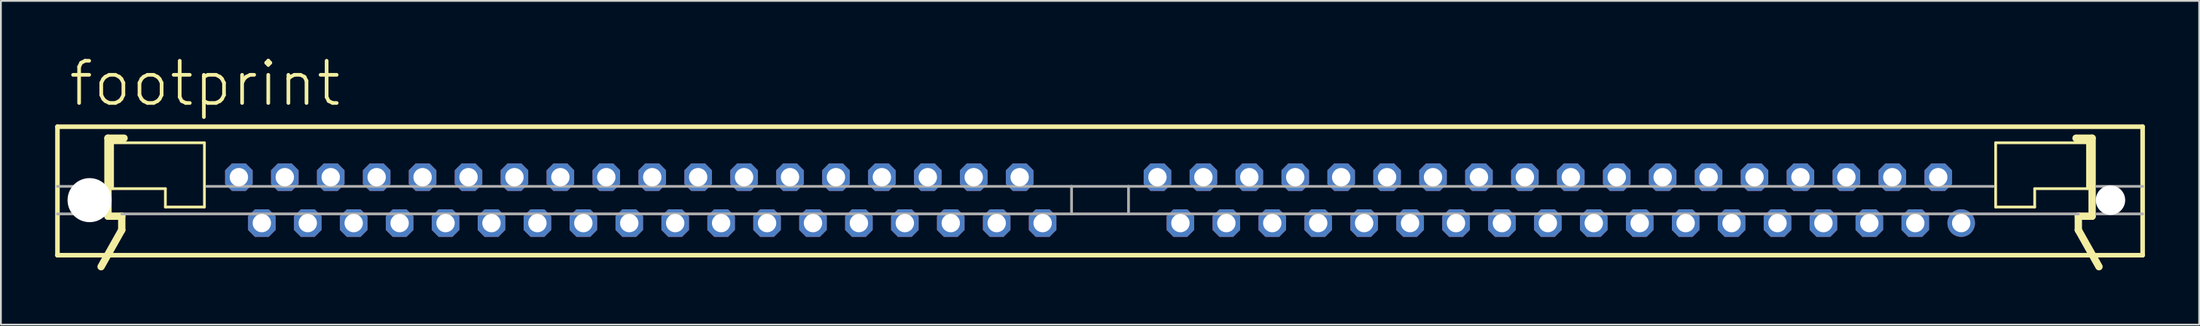
<source format=kicad_pcb>
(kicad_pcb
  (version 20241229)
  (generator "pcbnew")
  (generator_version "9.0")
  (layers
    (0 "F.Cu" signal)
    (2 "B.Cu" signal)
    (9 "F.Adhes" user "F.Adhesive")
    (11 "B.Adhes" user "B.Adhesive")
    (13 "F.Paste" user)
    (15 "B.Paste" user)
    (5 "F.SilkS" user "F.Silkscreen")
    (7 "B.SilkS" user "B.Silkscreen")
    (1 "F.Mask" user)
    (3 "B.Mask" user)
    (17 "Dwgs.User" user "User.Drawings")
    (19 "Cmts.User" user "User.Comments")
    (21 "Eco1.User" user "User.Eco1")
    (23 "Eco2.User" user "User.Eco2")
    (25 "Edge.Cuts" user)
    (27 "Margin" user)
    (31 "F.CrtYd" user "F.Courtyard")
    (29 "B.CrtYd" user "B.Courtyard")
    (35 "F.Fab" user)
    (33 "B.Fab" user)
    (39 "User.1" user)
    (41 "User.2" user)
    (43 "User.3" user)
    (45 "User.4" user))
  (footprint "footprint"
    (layer "F.Cu")
    (at 57.785 8.026)
    (property "Reference" "footprint" (at -57.15 -5.08 0) (layer "F.SilkS") (effects (font (size 2.337 2.337) (thickness 0.203)) (justify left bottom)))
    (fp_line (start -57.658 -4.064) (end 57.658 -4.064) (stroke (width 0.254) (type solid)) (layer "F.SilkS"))
    (fp_line (start -57.658 3.048) (end -57.658 -4.064) (stroke (width 0.254) (type solid)) (layer "F.SilkS"))
    (fp_line (start -54.864 -3.429) (end -54.864 0.889) (stroke (width 0.406) (type solid)) (layer "F.SilkS"))
    (fp_line (start -54.864 0.889) (end -54.102 0.889) (stroke (width 0.406) (type solid)) (layer "F.SilkS"))
    (fp_line (start -54.61 -3.175) (end -54.61 -0.635) (stroke (width 0.152) (type solid)) (layer "F.SilkS"))
    (fp_line (start -54.102 0.889) (end -54.102 1.651) (stroke (width 0.406) (type solid)) (layer "F.SilkS"))
    (fp_line (start -54.102 1.651) (end -55.245 3.683) (stroke (width 0.406) (type solid)) (layer "F.SilkS"))
    (fp_line (start -53.975 -3.429) (end -54.864 -3.429) (stroke (width 0.406) (type solid)) (layer "F.SilkS"))
    (fp_line (start -51.689 -0.635) (end -54.61 -0.635) (stroke (width 0.152) (type solid)) (layer "F.SilkS"))
    (fp_line (start -51.689 0.381) (end -51.689 -0.635) (stroke (width 0.152) (type solid)) (layer "F.SilkS"))
    (fp_line (start -51.689 0.381) (end -49.53 0.381) (stroke (width 0.152) (type solid)) (layer "F.SilkS"))
    (fp_line (start -49.53 -3.175) (end -54.61 -3.175) (stroke (width 0.152) (type solid)) (layer "F.SilkS"))
    (fp_line (start -49.53 0.381) (end -49.53 -3.175) (stroke (width 0.152) (type solid)) (layer "F.SilkS"))
    (fp_line (start 49.53 -3.175) (end 54.61 -3.175) (stroke (width 0.152) (type solid)) (layer "F.SilkS"))
    (fp_line (start 49.53 0.381) (end 49.53 -3.175) (stroke (width 0.152) (type solid)) (layer "F.SilkS"))
    (fp_line (start 51.689 -0.635) (end 54.61 -0.635) (stroke (width 0.152) (type solid)) (layer "F.SilkS"))
    (fp_line (start 51.689 0.381) (end 49.53 0.381) (stroke (width 0.152) (type solid)) (layer "F.SilkS"))
    (fp_line (start 51.689 0.381) (end 51.689 -0.635) (stroke (width 0.152) (type solid)) (layer "F.SilkS"))
    (fp_line (start 53.975 -3.429) (end 54.864 -3.429) (stroke (width 0.406) (type solid)) (layer "F.SilkS"))
    (fp_line (start 54.102 0.889) (end 54.102 1.651) (stroke (width 0.406) (type solid)) (layer "F.SilkS"))
    (fp_line (start 54.102 1.651) (end 55.245 3.683) (stroke (width 0.406) (type solid)) (layer "F.SilkS"))
    (fp_line (start 54.61 -3.175) (end 54.61 -0.635) (stroke (width 0.152) (type solid)) (layer "F.SilkS"))
    (fp_line (start 54.864 -3.429) (end 54.864 0.889) (stroke (width 0.406) (type solid)) (layer "F.SilkS"))
    (fp_line (start 54.864 0.889) (end 54.102 0.889) (stroke (width 0.406) (type solid)) (layer "F.SilkS"))
    (fp_line (start 57.658 -4.064) (end 57.658 3.048) (stroke (width 0.254) (type solid)) (layer "F.SilkS"))
    (fp_line (start 57.658 3.048) (end -57.658 3.048) (stroke (width 0.254) (type solid)) (layer "F.SilkS"))
    (fp_line (start -57.658 -0.762) (end -55.118 -0.762) (stroke (width 0.152) (type solid)) (layer "F.Fab"))
    (fp_line (start -57.658 0.762) (end -55.118 0.762) (stroke (width 0.152) (type solid)) (layer "F.Fab"))
    (fp_line (start -54.102 0.762) (end -1.575 0.762) (stroke (width 0.152) (type solid)) (layer "F.Fab"))
    (fp_line (start -49.403 -0.762) (end -1.575 -0.762) (stroke (width 0.152) (type solid)) (layer "F.Fab"))
    (fp_line (start -1.575 -0.762) (end 1.575 -0.762) (stroke (width 0.152) (type solid)) (layer "F.Fab"))
    (fp_line (start -1.575 0.762) (end -1.575 -0.762) (stroke (width 0.152) (type solid)) (layer "F.Fab"))
    (fp_line (start -1.575 0.762) (end 1.575 0.762) (stroke (width 0.152) (type solid)) (layer "F.Fab"))
    (fp_line (start 1.575 0.762) (end 1.575 -0.762) (stroke (width 0.152) (type solid)) (layer "F.Fab"))
    (fp_line (start 49.403 -0.762) (end 1.575 -0.762) (stroke (width 0.152) (type solid)) (layer "F.Fab"))
    (fp_line (start 54.102 0.762) (end 1.575 0.762) (stroke (width 0.152) (type solid)) (layer "F.Fab"))
    (fp_line (start 57.658 -0.762) (end 55.118 -0.762) (stroke (width 0.152) (type solid)) (layer "F.Fab"))
    (fp_line (start 57.658 0.762) (end 55.118 0.762) (stroke (width 0.152) (type solid)) (layer "F.Fab"))
    (pad "" np_thru_hole circle (at -55.88 0) (size 2.438 2.438) (drill 2.438) (layers "*.Cu" "*.Mask"))
    (pad "" np_thru_hole circle (at 55.88 0) (size 1.626 1.626) (drill 1.626) (layers "*.Cu" "*.Mask"))
    (pad "1" thru_hole circle (at 47.625 1.27) (size 1.524 1.524) (drill 1.016) (layers "*.Cu" "*.Mask"))
    (pad "2" thru_hole roundrect (at 46.355 -1.27) (size 1.524 1.524) (drill 1.016) (layers "*.Cu" "*.Mask") (roundrect_rratio 0.25) (chamfer_ratio 0.25) (chamfer top_left top_right bottom_left bottom_right))
    (pad "3" thru_hole roundrect (at 45.085 1.27) (size 1.524 1.524) (drill 1.016) (layers "*.Cu" "*.Mask") (roundrect_rratio 0.25) (chamfer_ratio 0.25) (chamfer top_left top_right bottom_left bottom_right))
    (pad "4" thru_hole roundrect (at 43.815 -1.27) (size 1.524 1.524) (drill 1.016) (layers "*.Cu" "*.Mask") (roundrect_rratio 0.25) (chamfer_ratio 0.25) (chamfer top_left top_right bottom_left bottom_right))
    (pad "5" thru_hole roundrect (at 42.545 1.27) (size 1.524 1.524) (drill 1.016) (layers "*.Cu" "*.Mask") (roundrect_rratio 0.25) (chamfer_ratio 0.25) (chamfer top_left top_right bottom_left bottom_right))
    (pad "6" thru_hole roundrect (at 41.275 -1.27) (size 1.524 1.524) (drill 1.016) (layers "*.Cu" "*.Mask") (roundrect_rratio 0.25) (chamfer_ratio 0.25) (chamfer top_left top_right bottom_left bottom_right))
    (pad "7" thru_hole roundrect (at 40.005 1.27) (size 1.524 1.524) (drill 1.016) (layers "*.Cu" "*.Mask") (roundrect_rratio 0.25) (chamfer_ratio 0.25) (chamfer top_left top_right bottom_left bottom_right))
    (pad "8" thru_hole roundrect (at 38.735 -1.27) (size 1.524 1.524) (drill 1.016) (layers "*.Cu" "*.Mask") (roundrect_rratio 0.25) (chamfer_ratio 0.25) (chamfer top_left top_right bottom_left bottom_right))
    (pad "9" thru_hole roundrect (at 37.465 1.27) (size 1.524 1.524) (drill 1.016) (layers "*.Cu" "*.Mask") (roundrect_rratio 0.25) (chamfer_ratio 0.25) (chamfer top_left top_right bottom_left bottom_right))
    (pad "10" thru_hole roundrect (at 36.195 -1.27) (size 1.524 1.524) (drill 1.016) (layers "*.Cu" "*.Mask") (roundrect_rratio 0.25) (chamfer_ratio 0.25) (chamfer top_left top_right bottom_left bottom_right))
    (pad "11" thru_hole roundrect (at 34.925 1.27) (size 1.524 1.524) (drill 1.016) (layers "*.Cu" "*.Mask") (roundrect_rratio 0.25) (chamfer_ratio 0.25) (chamfer top_left top_right bottom_left bottom_right))
    (pad "12" thru_hole roundrect (at 33.655 -1.27) (size 1.524 1.524) (drill 1.016) (layers "*.Cu" "*.Mask") (roundrect_rratio 0.25) (chamfer_ratio 0.25) (chamfer top_left top_right bottom_left bottom_right))
    (pad "13" thru_hole roundrect (at 32.385 1.27) (size 1.524 1.524) (drill 1.016) (layers "*.Cu" "*.Mask") (roundrect_rratio 0.25) (chamfer_ratio 0.25) (chamfer top_left top_right bottom_left bottom_right))
    (pad "14" thru_hole roundrect (at 31.115 -1.27) (size 1.524 1.524) (drill 1.016) (layers "*.Cu" "*.Mask") (roundrect_rratio 0.25) (chamfer_ratio 0.25) (chamfer top_left top_right bottom_left bottom_right))
    (pad "15" thru_hole roundrect (at 29.845 1.27) (size 1.524 1.524) (drill 1.016) (layers "*.Cu" "*.Mask") (roundrect_rratio 0.25) (chamfer_ratio 0.25) (chamfer top_left top_right bottom_left bottom_right))
    (pad "16" thru_hole roundrect (at 28.575 -1.27) (size 1.524 1.524) (drill 1.016) (layers "*.Cu" "*.Mask") (roundrect_rratio 0.25) (chamfer_ratio 0.25) (chamfer top_left top_right bottom_left bottom_right))
    (pad "17" thru_hole roundrect (at 27.305 1.27) (size 1.524 1.524) (drill 1.016) (layers "*.Cu" "*.Mask") (roundrect_rratio 0.25) (chamfer_ratio 0.25) (chamfer top_left top_right bottom_left bottom_right))
    (pad "18" thru_hole roundrect (at 26.035 -1.27) (size 1.524 1.524) (drill 1.016) (layers "*.Cu" "*.Mask") (roundrect_rratio 0.25) (chamfer_ratio 0.25) (chamfer top_left top_right bottom_left bottom_right))
    (pad "19" thru_hole roundrect (at 24.765 1.27) (size 1.524 1.524) (drill 1.016) (layers "*.Cu" "*.Mask") (roundrect_rratio 0.25) (chamfer_ratio 0.25) (chamfer top_left top_right bottom_left bottom_right))
    (pad "20" thru_hole roundrect (at 23.495 -1.27) (size 1.524 1.524) (drill 1.016) (layers "*.Cu" "*.Mask") (roundrect_rratio 0.25) (chamfer_ratio 0.25) (chamfer top_left top_right bottom_left bottom_right))
    (pad "21" thru_hole roundrect (at 22.225 1.27) (size 1.524 1.524) (drill 1.016) (layers "*.Cu" "*.Mask") (roundrect_rratio 0.25) (chamfer_ratio 0.25) (chamfer top_left top_right bottom_left bottom_right))
    (pad "22" thru_hole roundrect (at 20.955 -1.27) (size 1.524 1.524) (drill 1.016) (layers "*.Cu" "*.Mask") (roundrect_rratio 0.25) (chamfer_ratio 0.25) (chamfer top_left top_right bottom_left bottom_right))
    (pad "23" thru_hole roundrect (at 19.685 1.27) (size 1.524 1.524) (drill 1.016) (layers "*.Cu" "*.Mask") (roundrect_rratio 0.25) (chamfer_ratio 0.25) (chamfer top_left top_right bottom_left bottom_right))
    (pad "24" thru_hole roundrect (at 18.415 -1.27) (size 1.524 1.524) (drill 1.016) (layers "*.Cu" "*.Mask") (roundrect_rratio 0.25) (chamfer_ratio 0.25) (chamfer top_left top_right bottom_left bottom_right))
    (pad "25" thru_hole roundrect (at 17.145 1.27) (size 1.524 1.524) (drill 1.016) (layers "*.Cu" "*.Mask") (roundrect_rratio 0.25) (chamfer_ratio 0.25) (chamfer top_left top_right bottom_left bottom_right))
    (pad "26" thru_hole roundrect (at 15.875 -1.27) (size 1.524 1.524) (drill 1.016) (layers "*.Cu" "*.Mask") (roundrect_rratio 0.25) (chamfer_ratio 0.25) (chamfer top_left top_right bottom_left bottom_right))
    (pad "27" thru_hole roundrect (at 14.605 1.27) (size 1.524 1.524) (drill 1.016) (layers "*.Cu" "*.Mask") (roundrect_rratio 0.25) (chamfer_ratio 0.25) (chamfer top_left top_right bottom_left bottom_right))
    (pad "28" thru_hole roundrect (at 13.335 -1.27) (size 1.524 1.524) (drill 1.016) (layers "*.Cu" "*.Mask") (roundrect_rratio 0.25) (chamfer_ratio 0.25) (chamfer top_left top_right bottom_left bottom_right))
    (pad "29" thru_hole roundrect (at 12.065 1.27) (size 1.524 1.524) (drill 1.016) (layers "*.Cu" "*.Mask") (roundrect_rratio 0.25) (chamfer_ratio 0.25) (chamfer top_left top_right bottom_left bottom_right))
    (pad "30" thru_hole roundrect (at 10.795 -1.27) (size 1.524 1.524) (drill 1.016) (layers "*.Cu" "*.Mask") (roundrect_rratio 0.25) (chamfer_ratio 0.25) (chamfer top_left top_right bottom_left bottom_right))
    (pad "31" thru_hole roundrect (at 9.525 1.27) (size 1.524 1.524) (drill 1.016) (layers "*.Cu" "*.Mask") (roundrect_rratio 0.25) (chamfer_ratio 0.25) (chamfer top_left top_right bottom_left bottom_right))
    (pad "32" thru_hole roundrect (at 8.255 -1.27) (size 1.524 1.524) (drill 1.016) (layers "*.Cu" "*.Mask") (roundrect_rratio 0.25) (chamfer_ratio 0.25) (chamfer top_left top_right bottom_left bottom_right))
    (pad "33" thru_hole roundrect (at 6.985 1.27) (size 1.524 1.524) (drill 1.016) (layers "*.Cu" "*.Mask") (roundrect_rratio 0.25) (chamfer_ratio 0.25) (chamfer top_left top_right bottom_left bottom_right))
    (pad "34" thru_hole roundrect (at 5.715 -1.27) (size 1.524 1.524) (drill 1.016) (layers "*.Cu" "*.Mask") (roundrect_rratio 0.25) (chamfer_ratio 0.25) (chamfer top_left top_right bottom_left bottom_right))
    (pad "35" thru_hole roundrect (at 4.445 1.27) (size 1.524 1.524) (drill 1.016) (layers "*.Cu" "*.Mask") (roundrect_rratio 0.25) (chamfer_ratio 0.25) (chamfer top_left top_right bottom_left bottom_right))
    (pad "36" thru_hole roundrect (at 3.175 -1.27) (size 1.524 1.524) (drill 1.016) (layers "*.Cu" "*.Mask") (roundrect_rratio 0.25) (chamfer_ratio 0.25) (chamfer top_left top_right bottom_left bottom_right))
    (pad "37" thru_hole roundrect (at -3.175 1.27) (size 1.524 1.524) (drill 1.016) (layers "*.Cu" "*.Mask") (roundrect_rratio 0.25) (chamfer_ratio 0.25) (chamfer top_left top_right bottom_left bottom_right))
    (pad "38" thru_hole roundrect (at -4.445 -1.27) (size 1.524 1.524) (drill 1.016) (layers "*.Cu" "*.Mask") (roundrect_rratio 0.25) (chamfer_ratio 0.25) (chamfer top_left top_right bottom_left bottom_right))
    (pad "39" thru_hole roundrect (at -5.715 1.27) (size 1.524 1.524) (drill 1.016) (layers "*.Cu" "*.Mask") (roundrect_rratio 0.25) (chamfer_ratio 0.25) (chamfer top_left top_right bottom_left bottom_right))
    (pad "40" thru_hole roundrect (at -6.985 -1.27) (size 1.524 1.524) (drill 1.016) (layers "*.Cu" "*.Mask") (roundrect_rratio 0.25) (chamfer_ratio 0.25) (chamfer top_left top_right bottom_left bottom_right))
    (pad "41" thru_hole roundrect (at -8.255 1.27) (size 1.524 1.524) (drill 1.016) (layers "*.Cu" "*.Mask") (roundrect_rratio 0.25) (chamfer_ratio 0.25) (chamfer top_left top_right bottom_left bottom_right))
    (pad "42" thru_hole roundrect (at -9.525 -1.27) (size 1.524 1.524) (drill 1.016) (layers "*.Cu" "*.Mask") (roundrect_rratio 0.25) (chamfer_ratio 0.25) (chamfer top_left top_right bottom_left bottom_right))
    (pad "43" thru_hole roundrect (at -10.795 1.27) (size 1.524 1.524) (drill 1.016) (layers "*.Cu" "*.Mask") (roundrect_rratio 0.25) (chamfer_ratio 0.25) (chamfer top_left top_right bottom_left bottom_right))
    (pad "44" thru_hole roundrect (at -12.065 -1.27) (size 1.524 1.524) (drill 1.016) (layers "*.Cu" "*.Mask") (roundrect_rratio 0.25) (chamfer_ratio 0.25) (chamfer top_left top_right bottom_left bottom_right))
    (pad "45" thru_hole roundrect (at -13.335 1.27) (size 1.524 1.524) (drill 1.016) (layers "*.Cu" "*.Mask") (roundrect_rratio 0.25) (chamfer_ratio 0.25) (chamfer top_left top_right bottom_left bottom_right))
    (pad "46" thru_hole roundrect (at -14.605 -1.27) (size 1.524 1.524) (drill 1.016) (layers "*.Cu" "*.Mask") (roundrect_rratio 0.25) (chamfer_ratio 0.25) (chamfer top_left top_right bottom_left bottom_right))
    (pad "47" thru_hole roundrect (at -15.875 1.27) (size 1.524 1.524) (drill 1.016) (layers "*.Cu" "*.Mask") (roundrect_rratio 0.25) (chamfer_ratio 0.25) (chamfer top_left top_right bottom_left bottom_right))
    (pad "48" thru_hole roundrect (at -17.145 -1.27) (size 1.524 1.524) (drill 1.016) (layers "*.Cu" "*.Mask") (roundrect_rratio 0.25) (chamfer_ratio 0.25) (chamfer top_left top_right bottom_left bottom_right))
    (pad "49" thru_hole roundrect (at -18.415 1.27) (size 1.524 1.524) (drill 1.016) (layers "*.Cu" "*.Mask") (roundrect_rratio 0.25) (chamfer_ratio 0.25) (chamfer top_left top_right bottom_left bottom_right))
    (pad "50" thru_hole roundrect (at -19.685 -1.27) (size 1.524 1.524) (drill 1.016) (layers "*.Cu" "*.Mask") (roundrect_rratio 0.25) (chamfer_ratio 0.25) (chamfer top_left top_right bottom_left bottom_right))
    (pad "51" thru_hole roundrect (at -20.955 1.27) (size 1.524 1.524) (drill 1.016) (layers "*.Cu" "*.Mask") (roundrect_rratio 0.25) (chamfer_ratio 0.25) (chamfer top_left top_right bottom_left bottom_right))
    (pad "52" thru_hole roundrect (at -22.225 -1.27) (size 1.524 1.524) (drill 1.016) (layers "*.Cu" "*.Mask") (roundrect_rratio 0.25) (chamfer_ratio 0.25) (chamfer top_left top_right bottom_left bottom_right))
    (pad "53" thru_hole roundrect (at -23.495 1.27) (size 1.524 1.524) (drill 1.016) (layers "*.Cu" "*.Mask") (roundrect_rratio 0.25) (chamfer_ratio 0.25) (chamfer top_left top_right bottom_left bottom_right))
    (pad "54" thru_hole roundrect (at -24.765 -1.27) (size 1.524 1.524) (drill 1.016) (layers "*.Cu" "*.Mask") (roundrect_rratio 0.25) (chamfer_ratio 0.25) (chamfer top_left top_right bottom_left bottom_right))
    (pad "55" thru_hole roundrect (at -26.035 1.27) (size 1.524 1.524) (drill 1.016) (layers "*.Cu" "*.Mask") (roundrect_rratio 0.25) (chamfer_ratio 0.25) (chamfer top_left top_right bottom_left bottom_right))
    (pad "56" thru_hole roundrect (at -27.305 -1.27) (size 1.524 1.524) (drill 1.016) (layers "*.Cu" "*.Mask") (roundrect_rratio 0.25) (chamfer_ratio 0.25) (chamfer top_left top_right bottom_left bottom_right))
    (pad "57" thru_hole roundrect (at -28.575 1.27) (size 1.524 1.524) (drill 1.016) (layers "*.Cu" "*.Mask") (roundrect_rratio 0.25) (chamfer_ratio 0.25) (chamfer top_left top_right bottom_left bottom_right))
    (pad "58" thru_hole roundrect (at -29.845 -1.27) (size 1.524 1.524) (drill 1.016) (layers "*.Cu" "*.Mask") (roundrect_rratio 0.25) (chamfer_ratio 0.25) (chamfer top_left top_right bottom_left bottom_right))
    (pad "59" thru_hole roundrect (at -31.115 1.27) (size 1.524 1.524) (drill 1.016) (layers "*.Cu" "*.Mask") (roundrect_rratio 0.25) (chamfer_ratio 0.25) (chamfer top_left top_right bottom_left bottom_right))
    (pad "60" thru_hole roundrect (at -32.385 -1.27) (size 1.524 1.524) (drill 1.016) (layers "*.Cu" "*.Mask") (roundrect_rratio 0.25) (chamfer_ratio 0.25) (chamfer top_left top_right bottom_left bottom_right))
    (pad "61" thru_hole roundrect (at -33.655 1.27) (size 1.524 1.524) (drill 1.016) (layers "*.Cu" "*.Mask") (roundrect_rratio 0.25) (chamfer_ratio 0.25) (chamfer top_left top_right bottom_left bottom_right))
    (pad "62" thru_hole roundrect (at -34.925 -1.27) (size 1.524 1.524) (drill 1.016) (layers "*.Cu" "*.Mask") (roundrect_rratio 0.25) (chamfer_ratio 0.25) (chamfer top_left top_right bottom_left bottom_right))
    (pad "63" thru_hole roundrect (at -36.195 1.27) (size 1.524 1.524) (drill 1.016) (layers "*.Cu" "*.Mask") (roundrect_rratio 0.25) (chamfer_ratio 0.25) (chamfer top_left top_right bottom_left bottom_right))
    (pad "64" thru_hole roundrect (at -37.465 -1.27) (size 1.524 1.524) (drill 1.016) (layers "*.Cu" "*.Mask") (roundrect_rratio 0.25) (chamfer_ratio 0.25) (chamfer top_left top_right bottom_left bottom_right))
    (pad "65" thru_hole roundrect (at -38.735 1.27) (size 1.524 1.524) (drill 1.016) (layers "*.Cu" "*.Mask") (roundrect_rratio 0.25) (chamfer_ratio 0.25) (chamfer top_left top_right bottom_left bottom_right))
    (pad "66" thru_hole roundrect (at -40.005 -1.27) (size 1.524 1.524) (drill 1.016) (layers "*.Cu" "*.Mask") (roundrect_rratio 0.25) (chamfer_ratio 0.25) (chamfer top_left top_right bottom_left bottom_right))
    (pad "67" thru_hole roundrect (at -41.275 1.27) (size 1.524 1.524) (drill 1.016) (layers "*.Cu" "*.Mask") (roundrect_rratio 0.25) (chamfer_ratio 0.25) (chamfer top_left top_right bottom_left bottom_right))
    (pad "68" thru_hole roundrect (at -42.545 -1.27) (size 1.524 1.524) (drill 1.016) (layers "*.Cu" "*.Mask") (roundrect_rratio 0.25) (chamfer_ratio 0.25) (chamfer top_left top_right bottom_left bottom_right))
    (pad "69" thru_hole roundrect (at -43.815 1.27) (size 1.524 1.524) (drill 1.016) (layers "*.Cu" "*.Mask") (roundrect_rratio 0.25) (chamfer_ratio 0.25) (chamfer top_left top_right bottom_left bottom_right))
    (pad "70" thru_hole roundrect (at -45.085 -1.27) (size 1.524 1.524) (drill 1.016) (layers "*.Cu" "*.Mask") (roundrect_rratio 0.25) (chamfer_ratio 0.25) (chamfer top_left top_right bottom_left bottom_right))
    (pad "71" thru_hole roundrect (at -46.355 1.27) (size 1.524 1.524) (drill 1.016) (layers "*.Cu" "*.Mask") (roundrect_rratio 0.25) (chamfer_ratio 0.25) (chamfer top_left top_right bottom_left bottom_right))
    (pad "72" thru_hole roundrect (at -47.625 -1.27) (size 1.524 1.524) (drill 1.016) (layers "*.Cu" "*.Mask") (roundrect_rratio 0.25) (chamfer_ratio 0.25) (chamfer top_left top_right bottom_left bottom_right)))
  (gr_rect
    (start -3 -3)
    (end 118.57 14.913)
    (stroke (width 0.1) (type default))
    (fill no)
    (layer "Edge.Cuts")))
</source>
